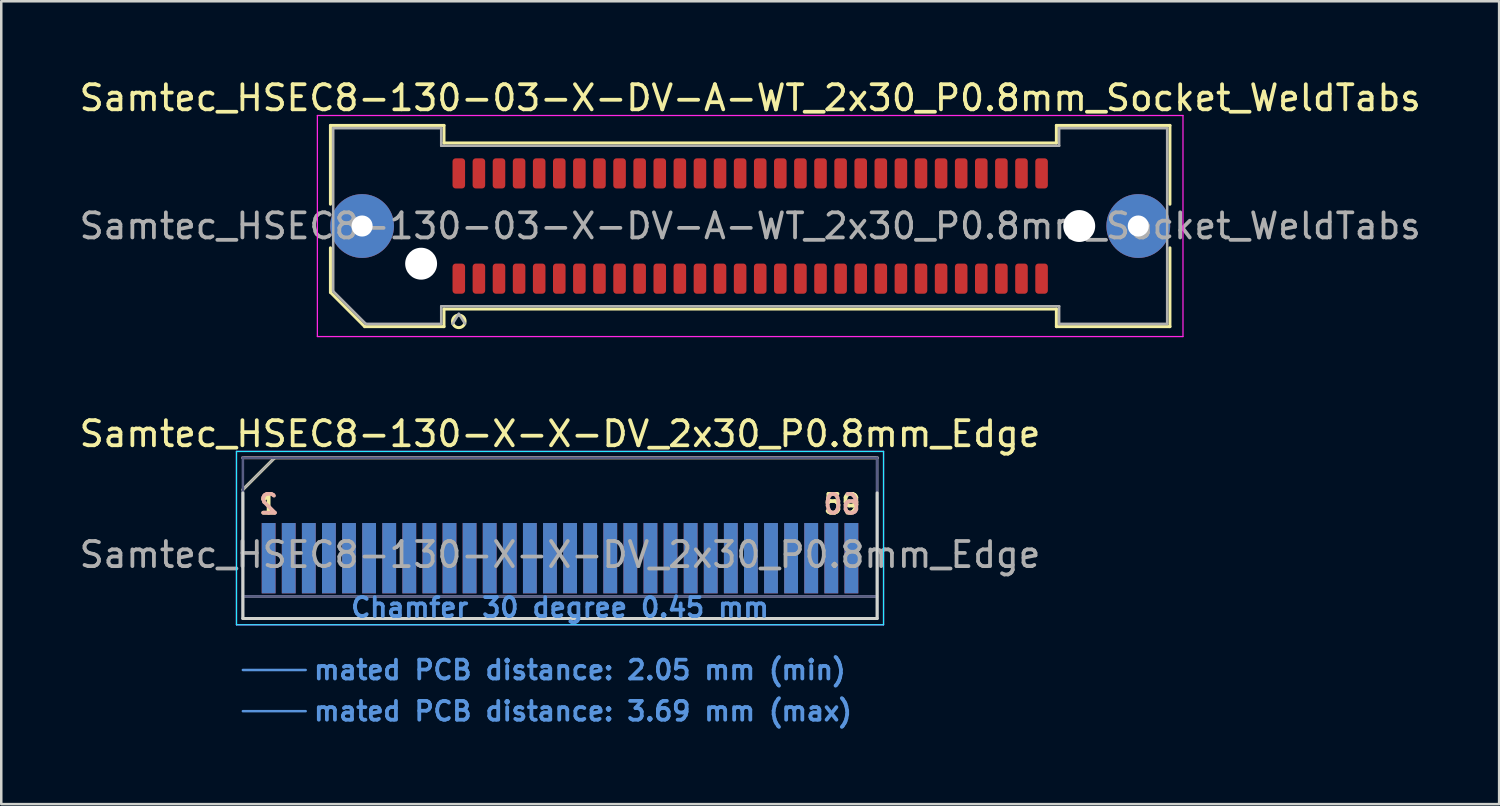
<source format=kicad_pcb>
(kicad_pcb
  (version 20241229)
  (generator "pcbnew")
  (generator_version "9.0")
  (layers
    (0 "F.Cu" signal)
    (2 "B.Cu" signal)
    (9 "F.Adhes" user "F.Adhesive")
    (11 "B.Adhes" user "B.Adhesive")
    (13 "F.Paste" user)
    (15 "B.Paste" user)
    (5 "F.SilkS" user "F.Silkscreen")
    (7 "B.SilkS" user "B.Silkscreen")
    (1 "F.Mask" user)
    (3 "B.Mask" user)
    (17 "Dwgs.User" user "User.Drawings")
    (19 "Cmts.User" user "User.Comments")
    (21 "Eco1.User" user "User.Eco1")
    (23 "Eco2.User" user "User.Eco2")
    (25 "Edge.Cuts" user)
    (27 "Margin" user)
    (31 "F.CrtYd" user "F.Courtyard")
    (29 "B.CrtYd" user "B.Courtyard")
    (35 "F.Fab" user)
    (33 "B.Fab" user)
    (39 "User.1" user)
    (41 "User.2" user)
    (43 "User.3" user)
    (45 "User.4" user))
  (footprint "Samtec_HSEC8-130-X-X-DV_2x30_P0.8mm_Edge"
    (layer "F.Cu")
    (at 19.244 21.572)
    (property "Reference" "Samtec_HSEC8-130-X-X-DV_2x30_P0.8mm_Edge" (at 0 -7.35 0) (layer "F.SilkS") (effects (font (size 1 1) (thickness 0.15))))
    (attr exclude_from_pos_files exclude_from_bom)
    (fp_line (start -12.625 -5.13) (end -11.355 -6.4) (stroke (width 0.12) (type solid)) (layer "F.SilkS"))
    (fp_line (start -11.355 -6.4) (end 12.625 -6.4) (stroke (width 0.12) (type solid)) (layer "F.SilkS"))
    (fp_line (start -12.625 -6.4) (end -12.625 -6.4) (stroke (width 0.12) (type solid)) (layer "B.SilkS"))
    (fp_line (start -12.625 -6.4) (end 12.625 -6.4) (stroke (width 0.12) (type solid)) (layer "B.SilkS"))
    (fp_line (start -12.625 2.05) (end -10.125 2.05) (stroke (width 0.1) (type solid)) (layer "Cmts.User"))
    (fp_line (start -12.625 3.69) (end -10.125 3.69) (stroke (width 0.1) (type solid)) (layer "Cmts.User"))
    (fp_line (start -12.625 -5) (end -12.625 0) (stroke (width 0.12) (type solid)) (layer "Edge.Cuts"))
    (fp_line (start -12.625 0) (end 12.625 0) (stroke (width 0.12) (type solid)) (layer "Edge.Cuts"))
    (fp_line (start 12.625 0) (end 12.625 -5) (stroke (width 0.12) (type solid)) (layer "Edge.Cuts"))
    (fp_line (start -12.88 -6.65) (end -12.88 0.25) (stroke (width 0.05) (type solid)) (layer "B.CrtYd"))
    (fp_line (start -12.88 0.25) (end 12.88 0.25) (stroke (width 0.05) (type solid)) (layer "B.CrtYd"))
    (fp_line (start 12.88 -6.65) (end -12.88 -6.65) (stroke (width 0.05) (type solid)) (layer "B.CrtYd"))
    (fp_line (start 12.88 0.25) (end 12.88 -6.65) (stroke (width 0.05) (type solid)) (layer "B.CrtYd"))
    (fp_line (start -12.88 -6.65) (end -12.88 0.25) (stroke (width 0.05) (type solid)) (layer "F.CrtYd"))
    (fp_line (start -12.88 0.25) (end 12.88 0.25) (stroke (width 0.05) (type solid)) (layer "F.CrtYd"))
    (fp_line (start 12.88 -6.65) (end -12.88 -6.65) (stroke (width 0.05) (type solid)) (layer "F.CrtYd"))
    (fp_line (start 12.88 0.25) (end 12.88 -6.65) (stroke (width 0.05) (type solid)) (layer "F.CrtYd"))
    (fp_line (start -12.625 -6.4) (end -12.625 -6.4) (stroke (width 0.1) (type solid)) (layer "B.Fab"))
    (fp_line (start -12.625 -6.4) (end -12.625 0) (stroke (width 0.1) (type solid)) (layer "B.Fab"))
    (fp_line (start -12.625 -6.4) (end 12.625 -6.4) (stroke (width 0.1) (type solid)) (layer "B.Fab"))
    (fp_line (start -12.625 -0.88) (end 12.625 -0.88) (stroke (width 0.1) (type solid)) (layer "B.Fab"))
    (fp_line (start -12.625 0) (end 12.625 0) (stroke (width 0.1) (type solid)) (layer "B.Fab"))
    (fp_line (start 12.625 -6.4) (end 12.625 0) (stroke (width 0.1) (type solid)) (layer "B.Fab"))
    (fp_line (start -12.625 -5.13) (end -12.625 0) (stroke (width 0.1) (type solid)) (layer "F.Fab"))
    (fp_line (start -12.625 -5.13) (end -11.355 -6.4) (stroke (width 0.1) (type solid)) (layer "F.Fab"))
    (fp_line (start -12.625 -0.88) (end 12.625 -0.88) (stroke (width 0.1) (type solid)) (layer "F.Fab"))
    (fp_line (start -12.625 0) (end 12.625 0) (stroke (width 0.1) (type solid)) (layer "F.Fab"))
    (fp_line (start -11.355 -6.4) (end 12.625 -6.4) (stroke (width 0.1) (type solid)) (layer "F.Fab"))
    (fp_line (start 12.625 -6.4) (end 12.625 0) (stroke (width 0.1) (type solid)) (layer "F.Fab"))
    (fp_text user "59" (at 11.225 -4.55 0) (layer "F.SilkS") (effects (font (size 0.75 0.75) (thickness 0.15))))
    (fp_text user "1" (at -11.6 -4.55 0) (layer "F.SilkS") (effects (font (size 0.75 0.75) (thickness 0.15))))
    (fp_text user "2" (at -11.6 -4.55 0) (layer "B.SilkS") (effects (font (size 0.75 0.75) (thickness 0.15)) (justify mirror)))
    (fp_text user "60" (at 11.225 -4.55 0) (layer "B.SilkS") (effects (font (size 0.75 0.75) (thickness 0.15)) (justify mirror)))
    (fp_text user "mated PCB distance: 2.05 mm (min)" (at -9.88 2.05 0) (layer "Cmts.User") (effects (font (size 0.75 0.75) (thickness 0.15)) (justify left)))
    (fp_text user "mated PCB distance: 3.69 mm (max)" (at -9.88 3.69 0) (layer "Cmts.User") (effects (font (size 0.75 0.75) (thickness 0.15)) (justify left)))
    (fp_text user "Chamfer 30 degree 0.45 mm" (at 0 -0.44 0) (layer "Cmts.User") (effects (font (size 0.75 0.75) (thickness 0.15))))
    (fp_text user "${REFERENCE}" (at 0 -2.54 0) (layer "F.Fab") (effects (font (size 1 1) (thickness 0.15))))
    (pad "1" connect rect (at -11.6 -2.4) (size 0.55 2.8) (layers "F.Cu" "F.Mask"))
    (pad "2" connect rect (at -11.6 -2.4) (size 0.55 2.8) (layers "B.Cu" "B.Mask"))
    (pad "3" connect rect (at -10.8 -2.4) (size 0.55 2.8) (layers "F.Cu" "F.Mask"))
    (pad "4" connect rect (at -10.8 -2.4) (size 0.55 2.8) (layers "B.Cu" "B.Mask"))
    (pad "5" connect rect (at -10 -2.4) (size 0.55 2.8) (layers "F.Cu" "F.Mask"))
    (pad "6" connect rect (at -10 -2.4) (size 0.55 2.8) (layers "B.Cu" "B.Mask"))
    (pad "7" connect rect (at -9.2 -2.4) (size 0.55 2.8) (layers "F.Cu" "F.Mask"))
    (pad "8" connect rect (at -9.2 -2.4) (size 0.55 2.8) (layers "B.Cu" "B.Mask"))
    (pad "9" connect rect (at -8.4 -2.4) (size 0.55 2.8) (layers "F.Cu" "F.Mask"))
    (pad "10" connect rect (at -8.4 -2.4) (size 0.55 2.8) (layers "B.Cu" "B.Mask"))
    (pad "11" connect rect (at -7.6 -2.4) (size 0.55 2.8) (layers "F.Cu" "F.Mask"))
    (pad "12" connect rect (at -7.6 -2.4) (size 0.55 2.8) (layers "B.Cu" "B.Mask"))
    (pad "13" connect rect (at -6.8 -2.4) (size 0.55 2.8) (layers "F.Cu" "F.Mask"))
    (pad "14" connect rect (at -6.8 -2.4) (size 0.55 2.8) (layers "B.Cu" "B.Mask"))
    (pad "15" connect rect (at -6 -2.4) (size 0.55 2.8) (layers "F.Cu" "F.Mask"))
    (pad "16" connect rect (at -6 -2.4) (size 0.55 2.8) (layers "B.Cu" "B.Mask"))
    (pad "17" connect rect (at -5.2 -2.4) (size 0.55 2.8) (layers "F.Cu" "F.Mask"))
    (pad "18" connect rect (at -5.2 -2.4) (size 0.55 2.8) (layers "B.Cu" "B.Mask"))
    (pad "19" connect rect (at -4.4 -2.4) (size 0.55 2.8) (layers "F.Cu" "F.Mask"))
    (pad "20" connect rect (at -4.4 -2.4) (size 0.55 2.8) (layers "B.Cu" "B.Mask"))
    (pad "21" connect rect (at -3.6 -2.4) (size 0.55 2.8) (layers "F.Cu" "F.Mask"))
    (pad "22" connect rect (at -3.6 -2.4) (size 0.55 2.8) (layers "B.Cu" "B.Mask"))
    (pad "23" connect rect (at -2.8 -2.4) (size 0.55 2.8) (layers "F.Cu" "F.Mask"))
    (pad "24" connect rect (at -2.8 -2.4) (size 0.55 2.8) (layers "B.Cu" "B.Mask"))
    (pad "25" connect rect (at -2 -2.4) (size 0.55 2.8) (layers "F.Cu" "F.Mask"))
    (pad "26" connect rect (at -2 -2.4) (size 0.55 2.8) (layers "B.Cu" "B.Mask"))
    (pad "27" connect rect (at -1.2 -2.4) (size 0.55 2.8) (layers "F.Cu" "F.Mask"))
    (pad "28" connect rect (at -1.2 -2.4) (size 0.55 2.8) (layers "B.Cu" "B.Mask"))
    (pad "29" connect rect (at -0.4 -2.4) (size 0.55 2.8) (layers "F.Cu" "F.Mask"))
    (pad "30" connect rect (at -0.4 -2.4) (size 0.55 2.8) (layers "B.Cu" "B.Mask"))
    (pad "31" connect rect (at 0.4 -2.4) (size 0.55 2.8) (layers "F.Cu" "F.Mask"))
    (pad "32" connect rect (at 0.4 -2.4) (size 0.55 2.8) (layers "B.Cu" "B.Mask"))
    (pad "33" connect rect (at 1.2 -2.4) (size 0.55 2.8) (layers "F.Cu" "F.Mask"))
    (pad "34" connect rect (at 1.2 -2.4) (size 0.55 2.8) (layers "B.Cu" "B.Mask"))
    (pad "35" connect rect (at 2 -2.4) (size 0.55 2.8) (layers "F.Cu" "F.Mask"))
    (pad "36" connect rect (at 2 -2.4) (size 0.55 2.8) (layers "B.Cu" "B.Mask"))
    (pad "37" connect rect (at 2.8 -2.4) (size 0.55 2.8) (layers "F.Cu" "F.Mask"))
    (pad "38" connect rect (at 2.8 -2.4) (size 0.55 2.8) (layers "B.Cu" "B.Mask"))
    (pad "39" connect rect (at 3.6 -2.4) (size 0.55 2.8) (layers "F.Cu" "F.Mask"))
    (pad "40" connect rect (at 3.6 -2.4) (size 0.55 2.8) (layers "B.Cu" "B.Mask"))
    (pad "41" connect rect (at 4.4 -2.4) (size 0.55 2.8) (layers "F.Cu" "F.Mask"))
    (pad "42" connect rect (at 4.4 -2.4) (size 0.55 2.8) (layers "B.Cu" "B.Mask"))
    (pad "43" connect rect (at 5.2 -2.4) (size 0.55 2.8) (layers "F.Cu" "F.Mask"))
    (pad "44" connect rect (at 5.2 -2.4) (size 0.55 2.8) (layers "B.Cu" "B.Mask"))
    (pad "45" connect rect (at 6 -2.4) (size 0.55 2.8) (layers "F.Cu" "F.Mask"))
    (pad "46" connect rect (at 6 -2.4) (size 0.55 2.8) (layers "B.Cu" "B.Mask"))
    (pad "47" connect rect (at 6.8 -2.4) (size 0.55 2.8) (layers "F.Cu" "F.Mask"))
    (pad "48" connect rect (at 6.8 -2.4) (size 0.55 2.8) (layers "B.Cu" "B.Mask"))
    (pad "49" connect rect (at 7.6 -2.4) (size 0.55 2.8) (layers "F.Cu" "F.Mask"))
    (pad "50" connect rect (at 7.6 -2.4) (size 0.55 2.8) (layers "B.Cu" "B.Mask"))
    (pad "51" connect rect (at 8.4 -2.4) (size 0.55 2.8) (layers "F.Cu" "F.Mask"))
    (pad "52" connect rect (at 8.4 -2.4) (size 0.55 2.8) (layers "B.Cu" "B.Mask"))
    (pad "53" connect rect (at 9.2 -2.4) (size 0.55 2.8) (layers "F.Cu" "F.Mask"))
    (pad "54" connect rect (at 9.2 -2.4) (size 0.55 2.8) (layers "B.Cu" "B.Mask"))
    (pad "55" connect rect (at 10 -2.4) (size 0.55 2.8) (layers "F.Cu" "F.Mask"))
    (pad "56" connect rect (at 10 -2.4) (size 0.55 2.8) (layers "B.Cu" "B.Mask"))
    (pad "57" connect rect (at 10.8 -2.4) (size 0.55 2.8) (layers "F.Cu" "F.Mask"))
    (pad "58" connect rect (at 10.8 -2.4) (size 0.55 2.8) (layers "B.Cu" "B.Mask"))
    (pad "59" connect rect (at 11.6 -2.4) (size 0.55 2.8) (layers "F.Cu" "F.Mask"))
    (pad "60" connect rect (at 11.6 -2.4) (size 0.55 2.8) (layers "B.Cu" "B.Mask")))
  (footprint "Samtec_HSEC8-130-03-X-DV-A-WT_2x30_P0.8mm_Socket_WeldTabs"
    (layer "F.Cu")
    (at 26.815 5.948)
    (property "Reference" "Samtec_HSEC8-130-03-X-DV-A-WT_2x30_P0.8mm_Socket_WeldTabs" (at 0 -5.1 0) (layer "F.SilkS") (effects (font (size 1 1) (thickness 0.15))))
    (attr smd)
    (fp_line (start -16.71 -4.005) (end -12.19 -4.005) (stroke (width 0.12) (type solid)) (layer "F.SilkS"))
    (fp_line (start -16.71 -0.868) (end -16.71 -4.005) (stroke (width 0.12) (type solid)) (layer "F.SilkS"))
    (fp_line (start -16.71 2.641) (end -16.71 0.868) (stroke (width 0.12) (type solid)) (layer "F.SilkS"))
    (fp_line (start -15.346 4.005) (end -16.71 2.641) (stroke (width 0.12) (type solid)) (layer "F.SilkS"))
    (fp_line (start -12.19 -4.005) (end -12.19 -3.305) (stroke (width 0.12) (type solid)) (layer "F.SilkS"))
    (fp_line (start -12.19 -3.305) (end 12.19 -3.305) (stroke (width 0.12) (type solid)) (layer "F.SilkS"))
    (fp_line (start -12.19 3.305) (end -12.19 4.005) (stroke (width 0.12) (type solid)) (layer "F.SilkS"))
    (fp_line (start -12.19 4.005) (end -15.346 4.005) (stroke (width 0.12) (type solid)) (layer "F.SilkS"))
    (fp_line (start 12.19 -4.005) (end 16.71 -4.005) (stroke (width 0.12) (type solid)) (layer "F.SilkS"))
    (fp_line (start 12.19 -3.305) (end 12.19 -4.005) (stroke (width 0.12) (type solid)) (layer "F.SilkS"))
    (fp_line (start 12.19 3.305) (end -12.19 3.305) (stroke (width 0.12) (type solid)) (layer "F.SilkS"))
    (fp_line (start 12.19 4.005) (end 12.19 3.305) (stroke (width 0.12) (type solid)) (layer "F.SilkS"))
    (fp_line (start 16.71 -4.005) (end 16.71 -0.868) (stroke (width 0.12) (type solid)) (layer "F.SilkS"))
    (fp_line (start 16.71 0.868) (end 16.71 4.005) (stroke (width 0.12) (type solid)) (layer "F.SilkS"))
    (fp_line (start 16.71 4.005) (end 12.19 4.005) (stroke (width 0.12) (type solid)) (layer "F.SilkS"))
    (fp_arc (start -11.35 3.795) (mid -11.85 3.795) (end -11.35 3.795) (stroke (width 0.12) (type solid)) (layer "F.SilkS"))
    (fp_line (start -17.23 -4.4) (end -17.23 4.4) (stroke (width 0.05) (type solid)) (layer "F.CrtYd"))
    (fp_line (start -17.23 4.4) (end 17.23 4.4) (stroke (width 0.05) (type solid)) (layer "F.CrtYd"))
    (fp_line (start 17.23 -4.4) (end -17.23 -4.4) (stroke (width 0.05) (type solid)) (layer "F.CrtYd"))
    (fp_line (start 17.23 4.4) (end 17.23 -4.4) (stroke (width 0.05) (type solid)) (layer "F.CrtYd"))
    (fp_line (start -16.6 -3.895) (end -12.3 -3.895) (stroke (width 0.1) (type solid)) (layer "F.Fab"))
    (fp_line (start -16.6 2.595) (end -16.6 -3.895) (stroke (width 0.1) (type solid)) (layer "F.Fab"))
    (fp_line (start -15.3 3.895) (end -16.6 2.595) (stroke (width 0.1) (type solid)) (layer "F.Fab"))
    (fp_line (start -12.3 -3.895) (end -12.3 -3.195) (stroke (width 0.1) (type solid)) (layer "F.Fab"))
    (fp_line (start -12.3 -3.195) (end 12.3 -3.195) (stroke (width 0.1) (type solid)) (layer "F.Fab"))
    (fp_line (start -12.3 3.195) (end -12.3 3.895) (stroke (width 0.1) (type solid)) (layer "F.Fab"))
    (fp_line (start -12.3 3.895) (end -15.3 3.895) (stroke (width 0.1) (type solid)) (layer "F.Fab"))
    (fp_line (start -11.6 3.495) (end -11.85 3.895) (stroke (width 0.1) (type solid)) (layer "F.Fab"))
    (fp_line (start -11.6 3.495) (end -11.35 3.895) (stroke (width 0.1) (type solid)) (layer "F.Fab"))
    (fp_line (start 12.3 -3.895) (end 16.6 -3.895) (stroke (width 0.1) (type solid)) (layer "F.Fab"))
    (fp_line (start 12.3 -3.195) (end 12.3 -3.895) (stroke (width 0.1) (type solid)) (layer "F.Fab"))
    (fp_line (start 12.3 3.195) (end -12.3 3.195) (stroke (width 0.1) (type solid)) (layer "F.Fab"))
    (fp_line (start 12.3 3.895) (end 12.3 3.195) (stroke (width 0.1) (type solid)) (layer "F.Fab"))
    (fp_line (start 16.6 -3.895) (end 16.6 3.895) (stroke (width 0.1) (type solid)) (layer "F.Fab"))
    (fp_line (start 16.6 3.895) (end 12.3 3.895) (stroke (width 0.1) (type solid)) (layer "F.Fab"))
    (fp_text user "${REFERENCE}" (at 0 0 0) (layer "F.Fab") (effects (font (size 1 1) (thickness 0.15))))
    (pad "" thru_hole circle (at -15.45 0) (size 2.54 2.54) (drill 0.84) (layers "*.Cu" "*.Mask" "F.Paste"))
    (pad "" np_thru_hole circle (at -13.1 1.5) (size 1.27 1.27) (drill 1.27) (layers "*.Cu" "*.Mask"))
    (pad "" np_thru_hole circle (at 13.1 0) (size 1.27 1.27) (drill 1.27) (layers "*.Cu" "*.Mask"))
    (pad "" thru_hole circle (at 15.45 0) (size 2.54 2.54) (drill 0.84) (layers "*.Cu" "*.Mask" "F.Paste"))
    (pad "1" smd roundrect (at -11.6 2.095) (size 0.5 1.2) (layers "F.Cu" "F.Mask" "F.Paste") (roundrect_rratio 0.25))
    (pad "2" smd roundrect (at -11.6 -2.095) (size 0.5 1.2) (layers "F.Cu" "F.Mask" "F.Paste") (roundrect_rratio 0.25))
    (pad "3" smd roundrect (at -10.8 2.095) (size 0.5 1.2) (layers "F.Cu" "F.Mask" "F.Paste") (roundrect_rratio 0.25))
    (pad "4" smd roundrect (at -10.8 -2.095) (size 0.5 1.2) (layers "F.Cu" "F.Mask" "F.Paste") (roundrect_rratio 0.25))
    (pad "5" smd roundrect (at -10 2.095) (size 0.5 1.2) (layers "F.Cu" "F.Mask" "F.Paste") (roundrect_rratio 0.25))
    (pad "6" smd roundrect (at -10 -2.095) (size 0.5 1.2) (layers "F.Cu" "F.Mask" "F.Paste") (roundrect_rratio 0.25))
    (pad "7" smd roundrect (at -9.2 2.095) (size 0.5 1.2) (layers "F.Cu" "F.Mask" "F.Paste") (roundrect_rratio 0.25))
    (pad "8" smd roundrect (at -9.2 -2.095) (size 0.5 1.2) (layers "F.Cu" "F.Mask" "F.Paste") (roundrect_rratio 0.25))
    (pad "9" smd roundrect (at -8.4 2.095) (size 0.5 1.2) (layers "F.Cu" "F.Mask" "F.Paste") (roundrect_rratio 0.25))
    (pad "10" smd roundrect (at -8.4 -2.095) (size 0.5 1.2) (layers "F.Cu" "F.Mask" "F.Paste") (roundrect_rratio 0.25))
    (pad "11" smd roundrect (at -7.6 2.095) (size 0.5 1.2) (layers "F.Cu" "F.Mask" "F.Paste") (roundrect_rratio 0.25))
    (pad "12" smd roundrect (at -7.6 -2.095) (size 0.5 1.2) (layers "F.Cu" "F.Mask" "F.Paste") (roundrect_rratio 0.25))
    (pad "13" smd roundrect (at -6.8 2.095) (size 0.5 1.2) (layers "F.Cu" "F.Mask" "F.Paste") (roundrect_rratio 0.25))
    (pad "14" smd roundrect (at -6.8 -2.095) (size 0.5 1.2) (layers "F.Cu" "F.Mask" "F.Paste") (roundrect_rratio 0.25))
    (pad "15" smd roundrect (at -6 2.095) (size 0.5 1.2) (layers "F.Cu" "F.Mask" "F.Paste") (roundrect_rratio 0.25))
    (pad "16" smd roundrect (at -6 -2.095) (size 0.5 1.2) (layers "F.Cu" "F.Mask" "F.Paste") (roundrect_rratio 0.25))
    (pad "17" smd roundrect (at -5.2 2.095) (size 0.5 1.2) (layers "F.Cu" "F.Mask" "F.Paste") (roundrect_rratio 0.25))
    (pad "18" smd roundrect (at -5.2 -2.095) (size 0.5 1.2) (layers "F.Cu" "F.Mask" "F.Paste") (roundrect_rratio 0.25))
    (pad "19" smd roundrect (at -4.4 2.095) (size 0.5 1.2) (layers "F.Cu" "F.Mask" "F.Paste") (roundrect_rratio 0.25))
    (pad "20" smd roundrect (at -4.4 -2.095) (size 0.5 1.2) (layers "F.Cu" "F.Mask" "F.Paste") (roundrect_rratio 0.25))
    (pad "21" smd roundrect (at -3.6 2.095) (size 0.5 1.2) (layers "F.Cu" "F.Mask" "F.Paste") (roundrect_rratio 0.25))
    (pad "22" smd roundrect (at -3.6 -2.095) (size 0.5 1.2) (layers "F.Cu" "F.Mask" "F.Paste") (roundrect_rratio 0.25))
    (pad "23" smd roundrect (at -2.8 2.095) (size 0.5 1.2) (layers "F.Cu" "F.Mask" "F.Paste") (roundrect_rratio 0.25))
    (pad "24" smd roundrect (at -2.8 -2.095) (size 0.5 1.2) (layers "F.Cu" "F.Mask" "F.Paste") (roundrect_rratio 0.25))
    (pad "25" smd roundrect (at -2 2.095) (size 0.5 1.2) (layers "F.Cu" "F.Mask" "F.Paste") (roundrect_rratio 0.25))
    (pad "26" smd roundrect (at -2 -2.095) (size 0.5 1.2) (layers "F.Cu" "F.Mask" "F.Paste") (roundrect_rratio 0.25))
    (pad "27" smd roundrect (at -1.2 2.095) (size 0.5 1.2) (layers "F.Cu" "F.Mask" "F.Paste") (roundrect_rratio 0.25))
    (pad "28" smd roundrect (at -1.2 -2.095) (size 0.5 1.2) (layers "F.Cu" "F.Mask" "F.Paste") (roundrect_rratio 0.25))
    (pad "29" smd roundrect (at -0.4 2.095) (size 0.5 1.2) (layers "F.Cu" "F.Mask" "F.Paste") (roundrect_rratio 0.25))
    (pad "30" smd roundrect (at -0.4 -2.095) (size 0.5 1.2) (layers "F.Cu" "F.Mask" "F.Paste") (roundrect_rratio 0.25))
    (pad "31" smd roundrect (at 0.4 2.095) (size 0.5 1.2) (layers "F.Cu" "F.Mask" "F.Paste") (roundrect_rratio 0.25))
    (pad "32" smd roundrect (at 0.4 -2.095) (size 0.5 1.2) (layers "F.Cu" "F.Mask" "F.Paste") (roundrect_rratio 0.25))
    (pad "33" smd roundrect (at 1.2 2.095) (size 0.5 1.2) (layers "F.Cu" "F.Mask" "F.Paste") (roundrect_rratio 0.25))
    (pad "34" smd roundrect (at 1.2 -2.095) (size 0.5 1.2) (layers "F.Cu" "F.Mask" "F.Paste") (roundrect_rratio 0.25))
    (pad "35" smd roundrect (at 2 2.095) (size 0.5 1.2) (layers "F.Cu" "F.Mask" "F.Paste") (roundrect_rratio 0.25))
    (pad "36" smd roundrect (at 2 -2.095) (size 0.5 1.2) (layers "F.Cu" "F.Mask" "F.Paste") (roundrect_rratio 0.25))
    (pad "37" smd roundrect (at 2.8 2.095) (size 0.5 1.2) (layers "F.Cu" "F.Mask" "F.Paste") (roundrect_rratio 0.25))
    (pad "38" smd roundrect (at 2.8 -2.095) (size 0.5 1.2) (layers "F.Cu" "F.Mask" "F.Paste") (roundrect_rratio 0.25))
    (pad "39" smd roundrect (at 3.6 2.095) (size 0.5 1.2) (layers "F.Cu" "F.Mask" "F.Paste") (roundrect_rratio 0.25))
    (pad "40" smd roundrect (at 3.6 -2.095) (size 0.5 1.2) (layers "F.Cu" "F.Mask" "F.Paste") (roundrect_rratio 0.25))
    (pad "41" smd roundrect (at 4.4 2.095) (size 0.5 1.2) (layers "F.Cu" "F.Mask" "F.Paste") (roundrect_rratio 0.25))
    (pad "42" smd roundrect (at 4.4 -2.095) (size 0.5 1.2) (layers "F.Cu" "F.Mask" "F.Paste") (roundrect_rratio 0.25))
    (pad "43" smd roundrect (at 5.2 2.095) (size 0.5 1.2) (layers "F.Cu" "F.Mask" "F.Paste") (roundrect_rratio 0.25))
    (pad "44" smd roundrect (at 5.2 -2.095) (size 0.5 1.2) (layers "F.Cu" "F.Mask" "F.Paste") (roundrect_rratio 0.25))
    (pad "45" smd roundrect (at 6 2.095) (size 0.5 1.2) (layers "F.Cu" "F.Mask" "F.Paste") (roundrect_rratio 0.25))
    (pad "46" smd roundrect (at 6 -2.095) (size 0.5 1.2) (layers "F.Cu" "F.Mask" "F.Paste") (roundrect_rratio 0.25))
    (pad "47" smd roundrect (at 6.8 2.095) (size 0.5 1.2) (layers "F.Cu" "F.Mask" "F.Paste") (roundrect_rratio 0.25))
    (pad "48" smd roundrect (at 6.8 -2.095) (size 0.5 1.2) (layers "F.Cu" "F.Mask" "F.Paste") (roundrect_rratio 0.25))
    (pad "49" smd roundrect (at 7.6 2.095) (size 0.5 1.2) (layers "F.Cu" "F.Mask" "F.Paste") (roundrect_rratio 0.25))
    (pad "50" smd roundrect (at 7.6 -2.095) (size 0.5 1.2) (layers "F.Cu" "F.Mask" "F.Paste") (roundrect_rratio 0.25))
    (pad "51" smd roundrect (at 8.4 2.095) (size 0.5 1.2) (layers "F.Cu" "F.Mask" "F.Paste") (roundrect_rratio 0.25))
    (pad "52" smd roundrect (at 8.4 -2.095) (size 0.5 1.2) (layers "F.Cu" "F.Mask" "F.Paste") (roundrect_rratio 0.25))
    (pad "53" smd roundrect (at 9.2 2.095) (size 0.5 1.2) (layers "F.Cu" "F.Mask" "F.Paste") (roundrect_rratio 0.25))
    (pad "54" smd roundrect (at 9.2 -2.095) (size 0.5 1.2) (layers "F.Cu" "F.Mask" "F.Paste") (roundrect_rratio 0.25))
    (pad "55" smd roundrect (at 10 2.095) (size 0.5 1.2) (layers "F.Cu" "F.Mask" "F.Paste") (roundrect_rratio 0.25))
    (pad "56" smd roundrect (at 10 -2.095) (size 0.5 1.2) (layers "F.Cu" "F.Mask" "F.Paste") (roundrect_rratio 0.25))
    (pad "57" smd roundrect (at 10.8 2.095) (size 0.5 1.2) (layers "F.Cu" "F.Mask" "F.Paste") (roundrect_rratio 0.25))
    (pad "58" smd roundrect (at 10.8 -2.095) (size 0.5 1.2) (layers "F.Cu" "F.Mask" "F.Paste") (roundrect_rratio 0.25))
    (pad "59" smd roundrect (at 11.6 2.095) (size 0.5 1.2) (layers "F.Cu" "F.Mask" "F.Paste") (roundrect_rratio 0.25))
    (pad "60" smd roundrect (at 11.6 -2.095) (size 0.5 1.2) (layers "F.Cu" "F.Mask" "F.Paste") (roundrect_rratio 0.25)))
  (gr_rect
    (start -3 -3)
    (end 56.631 28.963)
    (stroke (width 0.1) (type default))
    (fill no)
    (layer "Edge.Cuts")))
</source>
